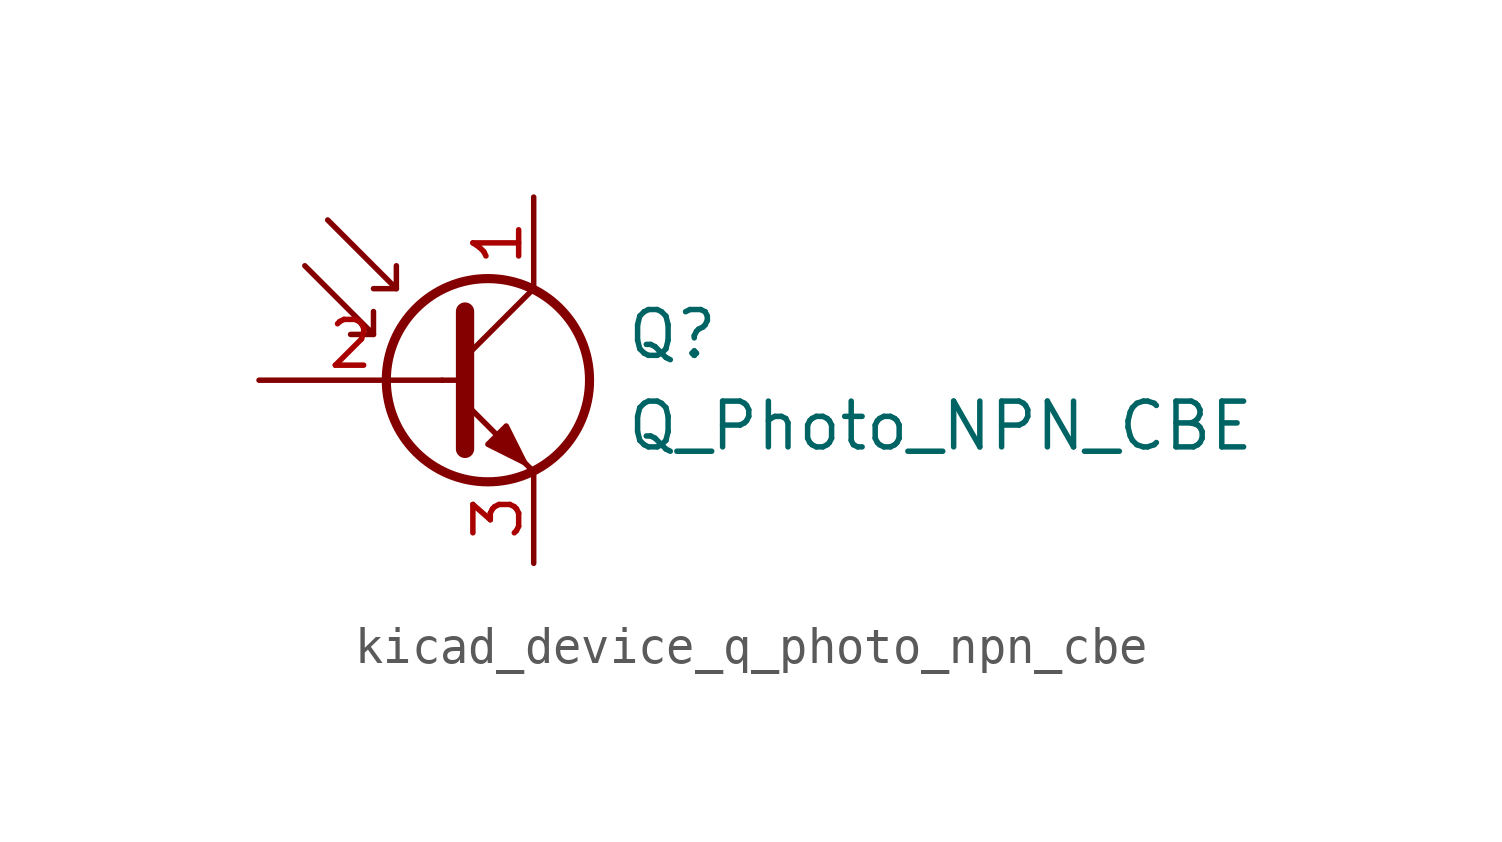
<source format=kicad_sym>
(kicad_symbol_lib
  (version 20220914)
  (generator kicad_symbol_editor)
  (symbol "kicad_device_q_photo_npn_cbe"
    (pin_names
      (offset 0) hide)
    (property "Reference" "Q"
      (at 5.08 1.27 0)
      (effects (font (size 1.27 1.27)) (justify left)))
    (property "Value" "Q_Photo_NPN_CBE"
      (at 5.08 -1.27 0)
      (effects (font (size 1.27 1.27)) (justify left)))
    (symbol "kicad_device_q_photo_npn_cbe_0_1"
      (polyline (pts (xy -1.905 1.27) (xy -2.54 1.27)) (stroke (width 0) (type default)) (fill (type none)))
      (polyline (pts (xy -1.27 2.54) (xy -1.905 2.54)) (stroke (width 0) (type default)) (fill (type none)))
      (polyline (pts (xy 0 0) (xy 0.635 0)) (stroke (width 0) (type default)) (fill (type none)))
      (polyline (pts (xy 0.635 0.635) (xy 2.54 2.54)) (stroke (width 0) (type default)) (fill (type none)))
      (polyline (pts (xy -3.81 3.175) (xy -1.905 1.27) (xy -1.905 1.905)) (stroke (width 0) (type default)) (fill (type none)))
      (polyline (pts (xy -3.175 4.445) (xy -1.27 2.54) (xy -1.27 3.175)) (stroke (width 0) (type default)) (fill (type none)))
      (polyline (pts (xy 0.635 -0.635) (xy 2.54 -2.54) (xy 2.54 -2.54)) (stroke (width 0) (type default)) (fill (type none)))
      (polyline (pts (xy 0.635 1.905) (xy 0.635 -1.905) (xy 0.635 -1.905)) (stroke (width 0.508) (type default)) (fill (type none)))
      (polyline (pts (xy 1.27 -1.778) (xy 1.778 -1.27) (xy 2.286 -2.286) (xy 1.27 -1.778) (xy 1.27 -1.778)) (stroke (width 0) (type default)) (fill (type outline)))
      (circle (center 1.27 0) (radius 2.819) (stroke (width 0.254) (type default)) (fill (type none))))
    (symbol "kicad_device_q_photo_npn_cbe_1_1"
      (pin passive line (at 2.54 5.08 270) (length 2.54) (name "C" (effects (font (size 1.27 1.27)))) (number "1" (effects (font (size 1.27 1.27)))))
      (pin input line (at -5.08 0 0) (length 5.08) (name "B" (effects (font (size 1.27 1.27)))) (number "2" (effects (font (size 1.27 1.27)))))
      (pin passive line (at 2.54 -5.08 90) (length 2.54) (name "E" (effects (font (size 1.27 1.27)))) (number "3" (effects (font (size 1.27 1.27))))))))
</source>
